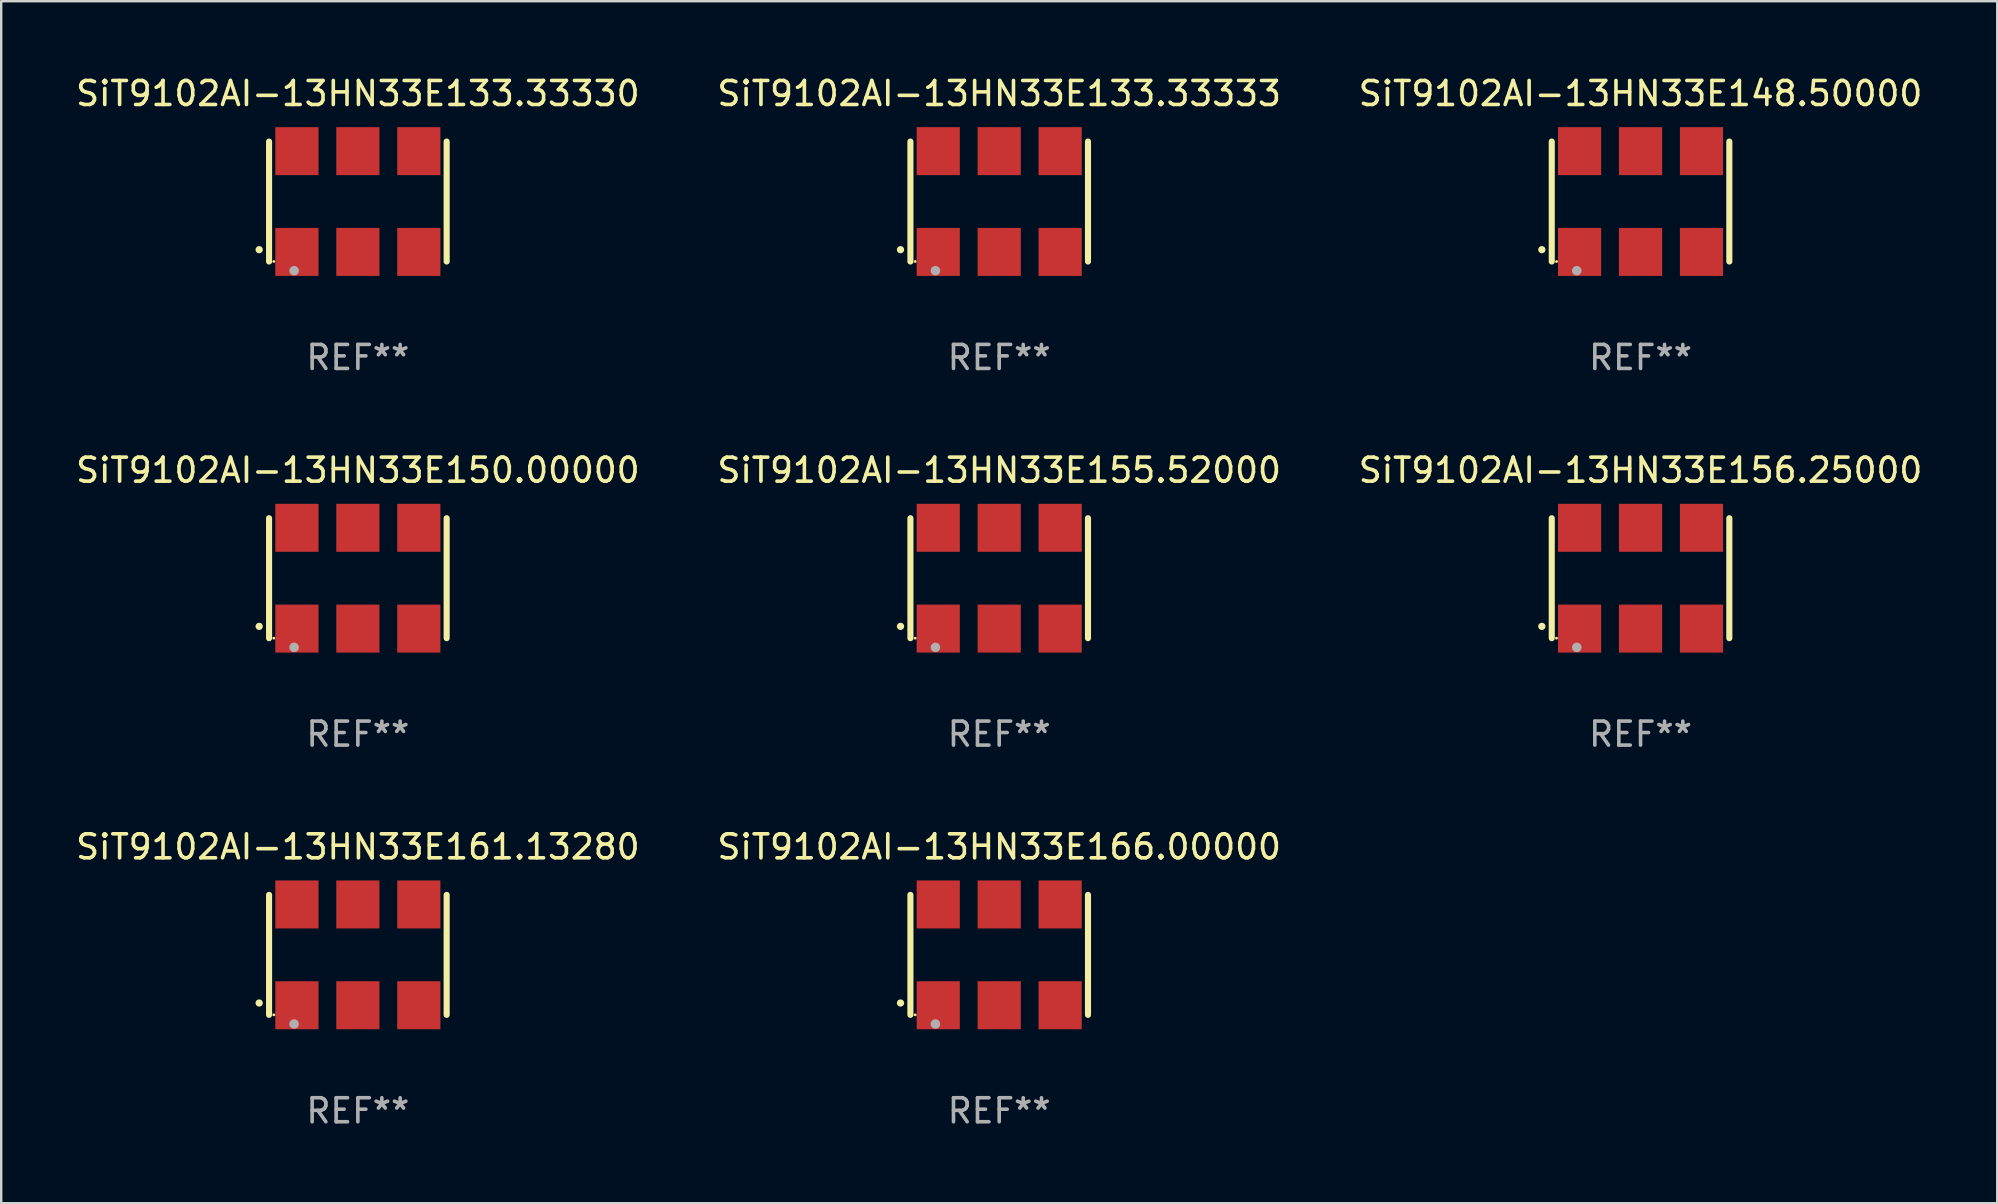
<source format=kicad_pcb>
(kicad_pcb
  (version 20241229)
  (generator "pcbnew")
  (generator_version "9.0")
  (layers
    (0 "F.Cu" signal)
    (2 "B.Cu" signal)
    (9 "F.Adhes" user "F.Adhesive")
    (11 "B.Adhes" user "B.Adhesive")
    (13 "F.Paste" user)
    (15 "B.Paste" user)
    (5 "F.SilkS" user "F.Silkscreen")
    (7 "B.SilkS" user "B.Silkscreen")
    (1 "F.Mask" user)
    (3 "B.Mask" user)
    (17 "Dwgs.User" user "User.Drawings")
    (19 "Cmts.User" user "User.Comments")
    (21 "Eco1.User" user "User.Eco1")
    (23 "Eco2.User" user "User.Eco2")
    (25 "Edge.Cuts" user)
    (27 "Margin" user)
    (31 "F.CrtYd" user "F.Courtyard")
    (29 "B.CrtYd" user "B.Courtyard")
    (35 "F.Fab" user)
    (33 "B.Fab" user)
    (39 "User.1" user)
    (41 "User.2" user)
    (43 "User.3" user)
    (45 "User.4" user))
  (footprint "SiT9102AI-13HN33E166.00000"
    (layer "F.Cu")
    (at 38.589 36.741)
    (property "Reference" "SiT9102AI-13HN33E166.00000" (at 0 -4.5 0) (layer "F.SilkS") (effects (font (size 1 1) (thickness 0.15))))
    (attr through_hole)
    (fp_line (start -3.7 -2.5) (end -3.7 2.5) (stroke (width 0.254) (type solid)) (layer "F.SilkS"))
    (fp_line (start 3.7 -2.5) (end 3.7 2.5) (stroke (width 0.254) (type solid)) (layer "F.SilkS"))
    (fp_arc (start -4.114415 2.006604) (mid -4.113145 2.006599) (end -4.111875 2.006604) (stroke (width 0.3) (type solid)) (layer "F.SilkS"))
    (fp_circle (center -3.502 2.5) (end -3.472 2.5) (stroke (width 0.06) (type solid)) (fill no) (layer "F.SilkS"))
    (fp_circle (center -2.657 2.882) (end -2.557 2.882) (stroke (width 0.2) (type solid)) (fill no) (layer "F.Fab"))
    (fp_text user "REF**" (at 0 6.5 0) (layer "F.Fab") (effects (font (size 1 1) (thickness 0.15))))
    (pad "1" smd rect (at -2.54 2.1) (size 1.8 2) (layers "F.Cu" "F.Mask" "F.Paste"))
    (pad "2" smd rect (at 0.000394 2.1) (size 1.8 2) (layers "F.Cu" "F.Mask" "F.Paste"))
    (pad "3" smd rect (at 2.54 2.1) (size 1.8 2) (layers "F.Cu" "F.Mask" "F.Paste"))
    (pad "4" smd rect (at 2.54 -2.1) (size 1.8 2) (layers "F.Cu" "F.Mask" "F.Paste"))
    (pad "5" smd rect (at 0.000394 -2.1) (size 1.8 2) (layers "F.Cu" "F.Mask" "F.Paste"))
    (pad "6" smd rect (at -2.54 -2.1) (size 1.8 2) (layers "F.Cu" "F.Mask" "F.Paste")))
  (footprint "SiT9102AI-13HN33E150.00000"
    (layer "F.Cu")
    (at 11.863 21.045)
    (property "Reference" "SiT9102AI-13HN33E150.00000" (at 0 -4.5 0) (layer "F.SilkS") (effects (font (size 1 1) (thickness 0.15))))
    (attr through_hole)
    (fp_line (start -3.7 -2.5) (end -3.7 2.5) (stroke (width 0.254) (type solid)) (layer "F.SilkS"))
    (fp_line (start 3.7 -2.5) (end 3.7 2.5) (stroke (width 0.254) (type solid)) (layer "F.SilkS"))
    (fp_arc (start -4.114415 2.006604) (mid -4.113145 2.006599) (end -4.111875 2.006604) (stroke (width 0.3) (type solid)) (layer "F.SilkS"))
    (fp_circle (center -3.502 2.5) (end -3.472 2.5) (stroke (width 0.06) (type solid)) (fill no) (layer "F.SilkS"))
    (fp_circle (center -2.657 2.882) (end -2.557 2.882) (stroke (width 0.2) (type solid)) (fill no) (layer "F.Fab"))
    (fp_text user "REF**" (at 0 6.5 0) (layer "F.Fab") (effects (font (size 1 1) (thickness 0.15))))
    (pad "1" smd rect (at -2.54 2.1) (size 1.8 2) (layers "F.Cu" "F.Mask" "F.Paste"))
    (pad "2" smd rect (at 0.000394 2.1) (size 1.8 2) (layers "F.Cu" "F.Mask" "F.Paste"))
    (pad "3" smd rect (at 2.54 2.1) (size 1.8 2) (layers "F.Cu" "F.Mask" "F.Paste"))
    (pad "4" smd rect (at 2.54 -2.1) (size 1.8 2) (layers "F.Cu" "F.Mask" "F.Paste"))
    (pad "5" smd rect (at 0.000394 -2.1) (size 1.8 2) (layers "F.Cu" "F.Mask" "F.Paste"))
    (pad "6" smd rect (at -2.54 -2.1) (size 1.8 2) (layers "F.Cu" "F.Mask" "F.Paste")))
  (footprint "SiT9102AI-13HN33E133.33333"
    (layer "F.Cu")
    (at 38.589 5.348)
    (property "Reference" "SiT9102AI-13HN33E133.33333" (at 0 -4.5 0) (layer "F.SilkS") (effects (font (size 1 1) (thickness 0.15))))
    (attr through_hole)
    (fp_line (start -3.7 -2.5) (end -3.7 2.5) (stroke (width 0.254) (type solid)) (layer "F.SilkS"))
    (fp_line (start 3.7 -2.5) (end 3.7 2.5) (stroke (width 0.254) (type solid)) (layer "F.SilkS"))
    (fp_arc (start -4.114415 2.006604) (mid -4.113145 2.006599) (end -4.111875 2.006604) (stroke (width 0.3) (type solid)) (layer "F.SilkS"))
    (fp_circle (center -3.502 2.5) (end -3.472 2.5) (stroke (width 0.06) (type solid)) (fill no) (layer "F.SilkS"))
    (fp_circle (center -2.657 2.882) (end -2.557 2.882) (stroke (width 0.2) (type solid)) (fill no) (layer "F.Fab"))
    (fp_text user "REF**" (at 0 6.5 0) (layer "F.Fab") (effects (font (size 1 1) (thickness 0.15))))
    (pad "1" smd rect (at -2.54 2.1) (size 1.8 2) (layers "F.Cu" "F.Mask" "F.Paste"))
    (pad "2" smd rect (at 0.000394 2.1) (size 1.8 2) (layers "F.Cu" "F.Mask" "F.Paste"))
    (pad "3" smd rect (at 2.54 2.1) (size 1.8 2) (layers "F.Cu" "F.Mask" "F.Paste"))
    (pad "4" smd rect (at 2.54 -2.1) (size 1.8 2) (layers "F.Cu" "F.Mask" "F.Paste"))
    (pad "5" smd rect (at 0.000394 -2.1) (size 1.8 2) (layers "F.Cu" "F.Mask" "F.Paste"))
    (pad "6" smd rect (at -2.54 -2.1) (size 1.8 2) (layers "F.Cu" "F.Mask" "F.Paste")))
  (footprint "SiT9102AI-13HN33E148.50000"
    (layer "F.Cu")
    (at 65.315 5.348)
    (property "Reference" "SiT9102AI-13HN33E148.50000" (at 0 -4.5 0) (layer "F.SilkS") (effects (font (size 1 1) (thickness 0.15))))
    (attr through_hole)
    (fp_line (start -3.7 -2.5) (end -3.7 2.5) (stroke (width 0.254) (type solid)) (layer "F.SilkS"))
    (fp_line (start 3.7 -2.5) (end 3.7 2.5) (stroke (width 0.254) (type solid)) (layer "F.SilkS"))
    (fp_arc (start -4.114415 2.006604) (mid -4.113145 2.006599) (end -4.111875 2.006604) (stroke (width 0.3) (type solid)) (layer "F.SilkS"))
    (fp_circle (center -3.502 2.5) (end -3.472 2.5) (stroke (width 0.06) (type solid)) (fill no) (layer "F.SilkS"))
    (fp_circle (center -2.657 2.882) (end -2.557 2.882) (stroke (width 0.2) (type solid)) (fill no) (layer "F.Fab"))
    (fp_text user "REF**" (at 0 6.5 0) (layer "F.Fab") (effects (font (size 1 1) (thickness 0.15))))
    (pad "1" smd rect (at -2.54 2.1) (size 1.8 2) (layers "F.Cu" "F.Mask" "F.Paste"))
    (pad "2" smd rect (at 0.000394 2.1) (size 1.8 2) (layers "F.Cu" "F.Mask" "F.Paste"))
    (pad "3" smd rect (at 2.54 2.1) (size 1.8 2) (layers "F.Cu" "F.Mask" "F.Paste"))
    (pad "4" smd rect (at 2.54 -2.1) (size 1.8 2) (layers "F.Cu" "F.Mask" "F.Paste"))
    (pad "5" smd rect (at 0.000394 -2.1) (size 1.8 2) (layers "F.Cu" "F.Mask" "F.Paste"))
    (pad "6" smd rect (at -2.54 -2.1) (size 1.8 2) (layers "F.Cu" "F.Mask" "F.Paste")))
  (footprint "SiT9102AI-13HN33E133.33330"
    (layer "F.Cu")
    (at 11.863 5.348)
    (property "Reference" "SiT9102AI-13HN33E133.33330" (at 0 -4.5 0) (layer "F.SilkS") (effects (font (size 1 1) (thickness 0.15))))
    (attr through_hole)
    (fp_line (start -3.7 -2.5) (end -3.7 2.5) (stroke (width 0.254) (type solid)) (layer "F.SilkS"))
    (fp_line (start 3.7 -2.5) (end 3.7 2.5) (stroke (width 0.254) (type solid)) (layer "F.SilkS"))
    (fp_arc (start -4.114415 2.006604) (mid -4.113145 2.006599) (end -4.111875 2.006604) (stroke (width 0.3) (type solid)) (layer "F.SilkS"))
    (fp_circle (center -3.502 2.5) (end -3.472 2.5) (stroke (width 0.06) (type solid)) (fill no) (layer "F.SilkS"))
    (fp_circle (center -2.657 2.882) (end -2.557 2.882) (stroke (width 0.2) (type solid)) (fill no) (layer "F.Fab"))
    (fp_text user "REF**" (at 0 6.5 0) (layer "F.Fab") (effects (font (size 1 1) (thickness 0.15))))
    (pad "1" smd rect (at -2.54 2.1) (size 1.8 2) (layers "F.Cu" "F.Mask" "F.Paste"))
    (pad "2" smd rect (at 0.000394 2.1) (size 1.8 2) (layers "F.Cu" "F.Mask" "F.Paste"))
    (pad "3" smd rect (at 2.54 2.1) (size 1.8 2) (layers "F.Cu" "F.Mask" "F.Paste"))
    (pad "4" smd rect (at 2.54 -2.1) (size 1.8 2) (layers "F.Cu" "F.Mask" "F.Paste"))
    (pad "5" smd rect (at 0.000394 -2.1) (size 1.8 2) (layers "F.Cu" "F.Mask" "F.Paste"))
    (pad "6" smd rect (at -2.54 -2.1) (size 1.8 2) (layers "F.Cu" "F.Mask" "F.Paste")))
  (footprint "SiT9102AI-13HN33E161.13280"
    (layer "F.Cu")
    (at 11.863 36.741)
    (property "Reference" "SiT9102AI-13HN33E161.13280" (at 0 -4.5 0) (layer "F.SilkS") (effects (font (size 1 1) (thickness 0.15))))
    (attr through_hole)
    (fp_line (start -3.7 -2.5) (end -3.7 2.5) (stroke (width 0.254) (type solid)) (layer "F.SilkS"))
    (fp_line (start 3.7 -2.5) (end 3.7 2.5) (stroke (width 0.254) (type solid)) (layer "F.SilkS"))
    (fp_arc (start -4.114415 2.006604) (mid -4.113145 2.006599) (end -4.111875 2.006604) (stroke (width 0.3) (type solid)) (layer "F.SilkS"))
    (fp_circle (center -3.502 2.5) (end -3.472 2.5) (stroke (width 0.06) (type solid)) (fill no) (layer "F.SilkS"))
    (fp_circle (center -2.657 2.882) (end -2.557 2.882) (stroke (width 0.2) (type solid)) (fill no) (layer "F.Fab"))
    (fp_text user "REF**" (at 0 6.5 0) (layer "F.Fab") (effects (font (size 1 1) (thickness 0.15))))
    (pad "1" smd rect (at -2.54 2.1) (size 1.8 2) (layers "F.Cu" "F.Mask" "F.Paste"))
    (pad "2" smd rect (at 0.000394 2.1) (size 1.8 2) (layers "F.Cu" "F.Mask" "F.Paste"))
    (pad "3" smd rect (at 2.54 2.1) (size 1.8 2) (layers "F.Cu" "F.Mask" "F.Paste"))
    (pad "4" smd rect (at 2.54 -2.1) (size 1.8 2) (layers "F.Cu" "F.Mask" "F.Paste"))
    (pad "5" smd rect (at 0.000394 -2.1) (size 1.8 2) (layers "F.Cu" "F.Mask" "F.Paste"))
    (pad "6" smd rect (at -2.54 -2.1) (size 1.8 2) (layers "F.Cu" "F.Mask" "F.Paste")))
  (footprint "SiT9102AI-13HN33E155.52000"
    (layer "F.Cu")
    (at 38.589 21.045)
    (property "Reference" "SiT9102AI-13HN33E155.52000" (at 0 -4.5 0) (layer "F.SilkS") (effects (font (size 1 1) (thickness 0.15))))
    (attr through_hole)
    (fp_line (start -3.7 -2.5) (end -3.7 2.5) (stroke (width 0.254) (type solid)) (layer "F.SilkS"))
    (fp_line (start 3.7 -2.5) (end 3.7 2.5) (stroke (width 0.254) (type solid)) (layer "F.SilkS"))
    (fp_arc (start -4.114415 2.006604) (mid -4.113145 2.006599) (end -4.111875 2.006604) (stroke (width 0.3) (type solid)) (layer "F.SilkS"))
    (fp_circle (center -3.502 2.5) (end -3.472 2.5) (stroke (width 0.06) (type solid)) (fill no) (layer "F.SilkS"))
    (fp_circle (center -2.657 2.882) (end -2.557 2.882) (stroke (width 0.2) (type solid)) (fill no) (layer "F.Fab"))
    (fp_text user "REF**" (at 0 6.5 0) (layer "F.Fab") (effects (font (size 1 1) (thickness 0.15))))
    (pad "1" smd rect (at -2.54 2.1) (size 1.8 2) (layers "F.Cu" "F.Mask" "F.Paste"))
    (pad "2" smd rect (at 0.000394 2.1) (size 1.8 2) (layers "F.Cu" "F.Mask" "F.Paste"))
    (pad "3" smd rect (at 2.54 2.1) (size 1.8 2) (layers "F.Cu" "F.Mask" "F.Paste"))
    (pad "4" smd rect (at 2.54 -2.1) (size 1.8 2) (layers "F.Cu" "F.Mask" "F.Paste"))
    (pad "5" smd rect (at 0.000394 -2.1) (size 1.8 2) (layers "F.Cu" "F.Mask" "F.Paste"))
    (pad "6" smd rect (at -2.54 -2.1) (size 1.8 2) (layers "F.Cu" "F.Mask" "F.Paste")))
  (footprint "SiT9102AI-13HN33E156.25000"
    (layer "F.Cu")
    (at 65.315 21.045)
    (property "Reference" "SiT9102AI-13HN33E156.25000" (at 0 -4.5 0) (layer "F.SilkS") (effects (font (size 1 1) (thickness 0.15))))
    (attr through_hole)
    (fp_line (start -3.7 -2.5) (end -3.7 2.5) (stroke (width 0.254) (type solid)) (layer "F.SilkS"))
    (fp_line (start 3.7 -2.5) (end 3.7 2.5) (stroke (width 0.254) (type solid)) (layer "F.SilkS"))
    (fp_arc (start -4.114415 2.006604) (mid -4.113145 2.006599) (end -4.111875 2.006604) (stroke (width 0.3) (type solid)) (layer "F.SilkS"))
    (fp_circle (center -3.502 2.5) (end -3.472 2.5) (stroke (width 0.06) (type solid)) (fill no) (layer "F.SilkS"))
    (fp_circle (center -2.657 2.882) (end -2.557 2.882) (stroke (width 0.2) (type solid)) (fill no) (layer "F.Fab"))
    (fp_text user "REF**" (at 0 6.5 0) (layer "F.Fab") (effects (font (size 1 1) (thickness 0.15))))
    (pad "1" smd rect (at -2.54 2.1) (size 1.8 2) (layers "F.Cu" "F.Mask" "F.Paste"))
    (pad "2" smd rect (at 0.000394 2.1) (size 1.8 2) (layers "F.Cu" "F.Mask" "F.Paste"))
    (pad "3" smd rect (at 2.54 2.1) (size 1.8 2) (layers "F.Cu" "F.Mask" "F.Paste"))
    (pad "4" smd rect (at 2.54 -2.1) (size 1.8 2) (layers "F.Cu" "F.Mask" "F.Paste"))
    (pad "5" smd rect (at 0.000394 -2.1) (size 1.8 2) (layers "F.Cu" "F.Mask" "F.Paste"))
    (pad "6" smd rect (at -2.54 -2.1) (size 1.8 2) (layers "F.Cu" "F.Mask" "F.Paste")))
  (gr_rect
    (start -3 -3)
    (end 80.179 47.09)
    (stroke (width 0.1) (type default))
    (fill no)
    (layer "Edge.Cuts")))
</source>
